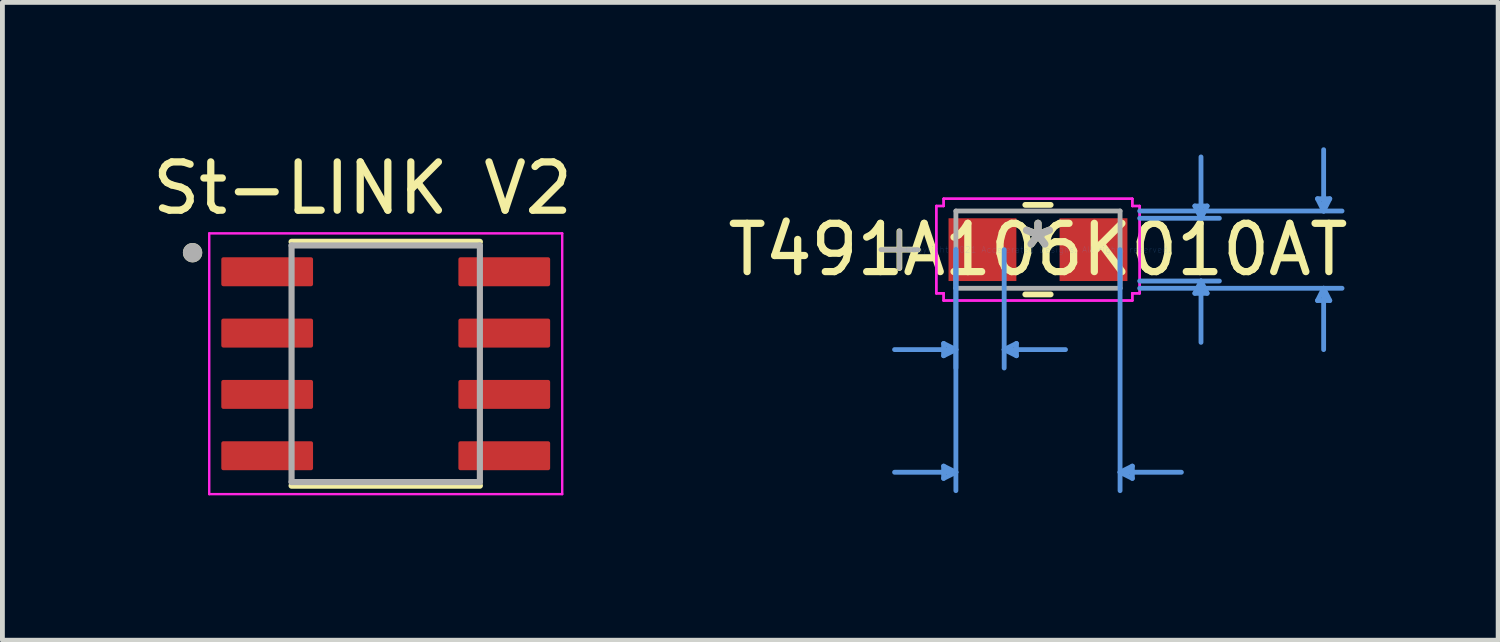
<source format=kicad_pcb>
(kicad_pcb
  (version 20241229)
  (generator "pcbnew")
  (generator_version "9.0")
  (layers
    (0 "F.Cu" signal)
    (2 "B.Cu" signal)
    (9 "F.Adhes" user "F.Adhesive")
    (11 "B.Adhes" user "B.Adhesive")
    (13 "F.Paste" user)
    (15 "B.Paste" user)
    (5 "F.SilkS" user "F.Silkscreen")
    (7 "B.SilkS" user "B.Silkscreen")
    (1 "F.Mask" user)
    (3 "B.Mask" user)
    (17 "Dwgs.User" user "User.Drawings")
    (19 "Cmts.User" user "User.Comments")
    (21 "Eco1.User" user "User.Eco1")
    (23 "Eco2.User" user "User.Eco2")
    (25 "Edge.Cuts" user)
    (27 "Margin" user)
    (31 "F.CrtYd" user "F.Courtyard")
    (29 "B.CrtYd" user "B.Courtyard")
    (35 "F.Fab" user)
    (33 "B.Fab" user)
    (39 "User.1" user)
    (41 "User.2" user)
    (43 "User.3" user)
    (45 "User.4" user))
  (footprint "St-LINK V2"
    (layer "F.Cu")
    (at 4.938 4.483)
    (property "Reference" "St-LINK V2" (at -0.48 -3.635 0) (layer "F.SilkS") (effects (font (size 1 1) (thickness 0.15))))
    (attr smd)
    (fp_line (start -1.95 -2.525) (end 1.95 -2.525) (stroke (width 0.127) (type solid)) (layer "F.SilkS"))
    (fp_line (start -1.95 2.525) (end 1.95 2.525) (stroke (width 0.127) (type solid)) (layer "F.SilkS"))
    (fp_circle (center -4 -2.3) (end -3.9 -2.3) (stroke (width 0.2) (type solid)) (fill no) (layer "F.SilkS"))
    (fp_line (start -3.655 -2.7) (end -3.655 2.7) (stroke (width 0.05) (type solid)) (layer "F.CrtYd"))
    (fp_line (start -3.655 -2.7) (end 3.655 -2.7) (stroke (width 0.05) (type solid)) (layer "F.CrtYd"))
    (fp_line (start -3.655 2.7) (end 3.655 2.7) (stroke (width 0.05) (type solid)) (layer "F.CrtYd"))
    (fp_line (start 3.655 -2.7) (end 3.655 2.7) (stroke (width 0.05) (type solid)) (layer "F.CrtYd"))
    (fp_line (start -1.95 -2.45) (end -1.95 2.45) (stroke (width 0.127) (type solid)) (layer "F.Fab"))
    (fp_line (start -1.95 -2.45) (end 1.95 -2.45) (stroke (width 0.127) (type solid)) (layer "F.Fab"))
    (fp_line (start -1.95 2.45) (end 1.95 2.45) (stroke (width 0.127) (type solid)) (layer "F.Fab"))
    (fp_line (start 1.95 -2.45) (end 1.95 2.45) (stroke (width 0.127) (type solid)) (layer "F.Fab"))
    (fp_circle (center -4 -2.3) (end -3.9 -2.3) (stroke (width 0.2) (type solid)) (fill no) (layer "F.Fab"))
    (pad "1" smd roundrect (at -2.455 -1.905) (size 1.9 0.6) (layers "F.Cu" "F.Mask" "F.Paste") (roundrect_rratio 0.07))
    (pad "2" smd roundrect (at -2.455 -0.635) (size 1.9 0.6) (layers "F.Cu" "F.Mask" "F.Paste") (roundrect_rratio 0.07))
    (pad "3" smd roundrect (at -2.455 0.635) (size 1.9 0.6) (layers "F.Cu" "F.Mask" "F.Paste") (roundrect_rratio 0.07))
    (pad "4" smd roundrect (at -2.455 1.905) (size 1.9 0.6) (layers "F.Cu" "F.Mask" "F.Paste") (roundrect_rratio 0.07))
    (pad "5" smd roundrect (at 2.455 1.905) (size 1.9 0.6) (layers "F.Cu" "F.Mask" "F.Paste") (roundrect_rratio 0.07))
    (pad "6" smd roundrect (at 2.455 0.635) (size 1.9 0.6) (layers "F.Cu" "F.Mask" "F.Paste") (roundrect_rratio 0.07))
    (pad "7" smd roundrect (at 2.455 -0.635) (size 1.9 0.6) (layers "F.Cu" "F.Mask" "F.Paste") (roundrect_rratio 0.07))
    (pad "8" smd roundrect (at 2.455 -1.905) (size 1.9 0.6) (layers "F.Cu" "F.Mask" "F.Paste") (roundrect_rratio 0.07)))
  (footprint "T491A106K010AT"
    (layer "F.Cu")
    (at 18.446 2.12)
    (property "Reference" "T491A106K010AT" (at 0 0 0) (layer "F.SilkS") (effects (font (size 1 1) (thickness 0.15))))
    (attr through_hole)
    (fp_line (start -2.87 -0.381) (end -2.87 0.381) (stroke (width 0.12) (type solid)) (layer "F.SilkS"))
    (fp_line (start -2.489 0) (end -3.251 0) (stroke (width 0.12) (type solid)) (layer "F.SilkS"))
    (fp_line (start -0.263 0.927) (end 0.263 0.927) (stroke (width 0.12) (type solid)) (layer "F.SilkS"))
    (fp_line (start 0.263 -0.927) (end -0.263 -0.927) (stroke (width 0.12) (type solid)) (layer "F.SilkS"))
    (fp_line (start -1.954 1.943) (end -1.954 2.197) (stroke (width 0.1) (type solid)) (layer "Cmts.User"))
    (fp_line (start -1.954 4.483) (end -1.954 4.737) (stroke (width 0.1) (type solid)) (layer "Cmts.User"))
    (fp_line (start -1.7 0) (end -1.7 2.451) (stroke (width 0.1) (type solid)) (layer "Cmts.User"))
    (fp_line (start -1.7 0) (end -1.7 4.991) (stroke (width 0.1) (type solid)) (layer "Cmts.User"))
    (fp_line (start -1.7 2.07) (end -2.97 2.07) (stroke (width 0.1) (type solid)) (layer "Cmts.User"))
    (fp_line (start -1.7 2.07) (end -1.954 1.943) (stroke (width 0.1) (type solid)) (layer "Cmts.User"))
    (fp_line (start -1.7 2.07) (end -1.954 2.197) (stroke (width 0.1) (type solid)) (layer "Cmts.User"))
    (fp_line (start -1.7 4.61) (end -2.97 4.61) (stroke (width 0.1) (type solid)) (layer "Cmts.User"))
    (fp_line (start -1.7 4.61) (end -1.954 4.483) (stroke (width 0.1) (type solid)) (layer "Cmts.User"))
    (fp_line (start -1.7 4.61) (end -1.954 4.737) (stroke (width 0.1) (type solid)) (layer "Cmts.User"))
    (fp_line (start -0.7 0) (end -0.7 2.451) (stroke (width 0.1) (type solid)) (layer "Cmts.User"))
    (fp_line (start -0.7 2.07) (end -0.446 1.943) (stroke (width 0.1) (type solid)) (layer "Cmts.User"))
    (fp_line (start -0.7 2.07) (end -0.446 2.197) (stroke (width 0.1) (type solid)) (layer "Cmts.User"))
    (fp_line (start -0.7 2.07) (end 0.57 2.07) (stroke (width 0.1) (type solid)) (layer "Cmts.User"))
    (fp_line (start -0.446 1.943) (end -0.446 2.197) (stroke (width 0.1) (type solid)) (layer "Cmts.User"))
    (fp_line (start 1.7 0) (end 1.7 4.991) (stroke (width 0.1) (type solid)) (layer "Cmts.User"))
    (fp_line (start 1.7 4.61) (end 1.954 4.483) (stroke (width 0.1) (type solid)) (layer "Cmts.User"))
    (fp_line (start 1.7 4.61) (end 1.954 4.737) (stroke (width 0.1) (type solid)) (layer "Cmts.User"))
    (fp_line (start 1.7 4.61) (end 2.97 4.61) (stroke (width 0.1) (type solid)) (layer "Cmts.User"))
    (fp_line (start 1.954 4.483) (end 1.954 4.737) (stroke (width 0.1) (type solid)) (layer "Cmts.User"))
    (fp_line (start 2.106 -0.8) (end 6.297 -0.8) (stroke (width 0.1) (type solid)) (layer "Cmts.User"))
    (fp_line (start 2.106 -0.65) (end 3.757 -0.65) (stroke (width 0.1) (type solid)) (layer "Cmts.User"))
    (fp_line (start 2.106 0.65) (end 3.757 0.65) (stroke (width 0.1) (type solid)) (layer "Cmts.User"))
    (fp_line (start 2.106 0.8) (end 6.297 0.8) (stroke (width 0.1) (type solid)) (layer "Cmts.User"))
    (fp_line (start 3.249 -0.904) (end 3.503 -0.904) (stroke (width 0.1) (type solid)) (layer "Cmts.User"))
    (fp_line (start 3.249 0.904) (end 3.503 0.904) (stroke (width 0.1) (type solid)) (layer "Cmts.User"))
    (fp_line (start 3.376 -0.65) (end 3.249 -0.904) (stroke (width 0.1) (type solid)) (layer "Cmts.User"))
    (fp_line (start 3.376 -0.65) (end 3.376 -1.92) (stroke (width 0.1) (type solid)) (layer "Cmts.User"))
    (fp_line (start 3.376 -0.65) (end 3.503 -0.904) (stroke (width 0.1) (type solid)) (layer "Cmts.User"))
    (fp_line (start 3.376 0.65) (end 3.249 0.904) (stroke (width 0.1) (type solid)) (layer "Cmts.User"))
    (fp_line (start 3.376 0.65) (end 3.376 1.92) (stroke (width 0.1) (type solid)) (layer "Cmts.User"))
    (fp_line (start 3.376 0.65) (end 3.503 0.904) (stroke (width 0.1) (type solid)) (layer "Cmts.User"))
    (fp_line (start 5.789 -1.054) (end 6.043 -1.054) (stroke (width 0.1) (type solid)) (layer "Cmts.User"))
    (fp_line (start 5.789 1.054) (end 6.043 1.054) (stroke (width 0.1) (type solid)) (layer "Cmts.User"))
    (fp_line (start 5.916 -0.8) (end 5.789 -1.054) (stroke (width 0.1) (type solid)) (layer "Cmts.User"))
    (fp_line (start 5.916 -0.8) (end 5.916 -2.07) (stroke (width 0.1) (type solid)) (layer "Cmts.User"))
    (fp_line (start 5.916 -0.8) (end 6.043 -1.054) (stroke (width 0.1) (type solid)) (layer "Cmts.User"))
    (fp_line (start 5.916 0.8) (end 5.789 1.054) (stroke (width 0.1) (type solid)) (layer "Cmts.User"))
    (fp_line (start 5.916 0.8) (end 5.916 2.07) (stroke (width 0.1) (type solid)) (layer "Cmts.User"))
    (fp_line (start 5.916 0.8) (end 6.043 1.054) (stroke (width 0.1) (type solid)) (layer "Cmts.User"))
    (fp_line (start -2.106 -0.904) (end -1.954 -0.904) (stroke (width 0.05) (type solid)) (layer "F.CrtYd"))
    (fp_line (start -2.106 -0.904) (end -1.954 -0.904) (stroke (width 0.05) (type solid)) (layer "F.CrtYd"))
    (fp_line (start -2.106 0.904) (end -2.106 -0.904) (stroke (width 0.05) (type solid)) (layer "F.CrtYd"))
    (fp_line (start -2.106 0.904) (end -2.106 -0.904) (stroke (width 0.05) (type solid)) (layer "F.CrtYd"))
    (fp_line (start -1.954 -1.054) (end 1.954 -1.054) (stroke (width 0.05) (type solid)) (layer "F.CrtYd"))
    (fp_line (start -1.954 -1.054) (end 1.954 -1.054) (stroke (width 0.05) (type solid)) (layer "F.CrtYd"))
    (fp_line (start -1.954 -0.904) (end -1.954 -1.054) (stroke (width 0.05) (type solid)) (layer "F.CrtYd"))
    (fp_line (start -1.954 -0.904) (end -1.954 -1.054) (stroke (width 0.05) (type solid)) (layer "F.CrtYd"))
    (fp_line (start -1.954 0.904) (end -2.106 0.904) (stroke (width 0.05) (type solid)) (layer "F.CrtYd"))
    (fp_line (start -1.954 0.904) (end -2.106 0.904) (stroke (width 0.05) (type solid)) (layer "F.CrtYd"))
    (fp_line (start -1.954 1.054) (end -1.954 0.904) (stroke (width 0.05) (type solid)) (layer "F.CrtYd"))
    (fp_line (start -1.954 1.054) (end -1.954 0.904) (stroke (width 0.05) (type solid)) (layer "F.CrtYd"))
    (fp_line (start 1.954 -1.054) (end 1.954 -0.904) (stroke (width 0.05) (type solid)) (layer "F.CrtYd"))
    (fp_line (start 1.954 -1.054) (end 1.954 -0.904) (stroke (width 0.05) (type solid)) (layer "F.CrtYd"))
    (fp_line (start 1.954 -0.904) (end 2.106 -0.904) (stroke (width 0.05) (type solid)) (layer "F.CrtYd"))
    (fp_line (start 1.954 -0.904) (end 2.106 -0.904) (stroke (width 0.05) (type solid)) (layer "F.CrtYd"))
    (fp_line (start 1.954 0.904) (end 1.954 1.054) (stroke (width 0.05) (type solid)) (layer "F.CrtYd"))
    (fp_line (start 1.954 0.904) (end 1.954 1.054) (stroke (width 0.05) (type solid)) (layer "F.CrtYd"))
    (fp_line (start 1.954 1.054) (end -1.954 1.054) (stroke (width 0.05) (type solid)) (layer "F.CrtYd"))
    (fp_line (start 1.954 1.054) (end -1.954 1.054) (stroke (width 0.05) (type solid)) (layer "F.CrtYd"))
    (fp_line (start 2.106 -0.904) (end 2.106 0.904) (stroke (width 0.05) (type solid)) (layer "F.CrtYd"))
    (fp_line (start 2.106 -0.904) (end 2.106 0.904) (stroke (width 0.05) (type solid)) (layer "F.CrtYd"))
    (fp_line (start 2.106 0.904) (end 1.954 0.904) (stroke (width 0.05) (type solid)) (layer "F.CrtYd"))
    (fp_line (start 2.106 0.904) (end 1.954 0.904) (stroke (width 0.05) (type solid)) (layer "F.CrtYd"))
    (fp_line (start -2.87 -0.381) (end -2.87 0.381) (stroke (width 0.1) (type solid)) (layer "F.Fab"))
    (fp_line (start -2.489 0) (end -3.251 0) (stroke (width 0.1) (type solid)) (layer "F.Fab"))
    (fp_line (start -1.7 -0.8) (end -1.7 0.8) (stroke (width 0.1) (type solid)) (layer "F.Fab"))
    (fp_line (start -1.7 0.8) (end 1.7 0.8) (stroke (width 0.1) (type solid)) (layer "F.Fab"))
    (fp_line (start 1.7 -0.8) (end -1.7 -0.8) (stroke (width 0.1) (type solid)) (layer "F.Fab"))
    (fp_line (start 1.7 0.8) (end 1.7 -0.8) (stroke (width 0.1) (type solid)) (layer "F.Fab"))
    (fp_text user "*" (at 0 0 0) (layer "F.SilkS") (effects (font (size 1 1) (thickness 0.15))))
    (fp_text user "Copyright 2021 Accelerated Designs. All rights reserved." (at 0 0 0) (layer "Cmts.User") (effects (font (size 0.127 0.127) (thickness 0.002))))
    (fp_text user "*" (at 0 0 0) (layer "F.Fab") (effects (font (size 1 1) (thickness 0.15))))
    (pad "1" smd rect (at -1.15 0 90) (size 1.3 1.405) (layers "F.Cu" "F.Mask" "F.Paste"))
    (pad "2" smd rect (at 1.15 0 90) (size 1.3 1.405) (layers "F.Cu" "F.Mask" "F.Paste")))
  (gr_rect
    (start -3 -3)
    (end 27.976 10.208)
    (stroke (width 0.1) (type default))
    (fill no)
    (layer "Edge.Cuts")))
</source>
